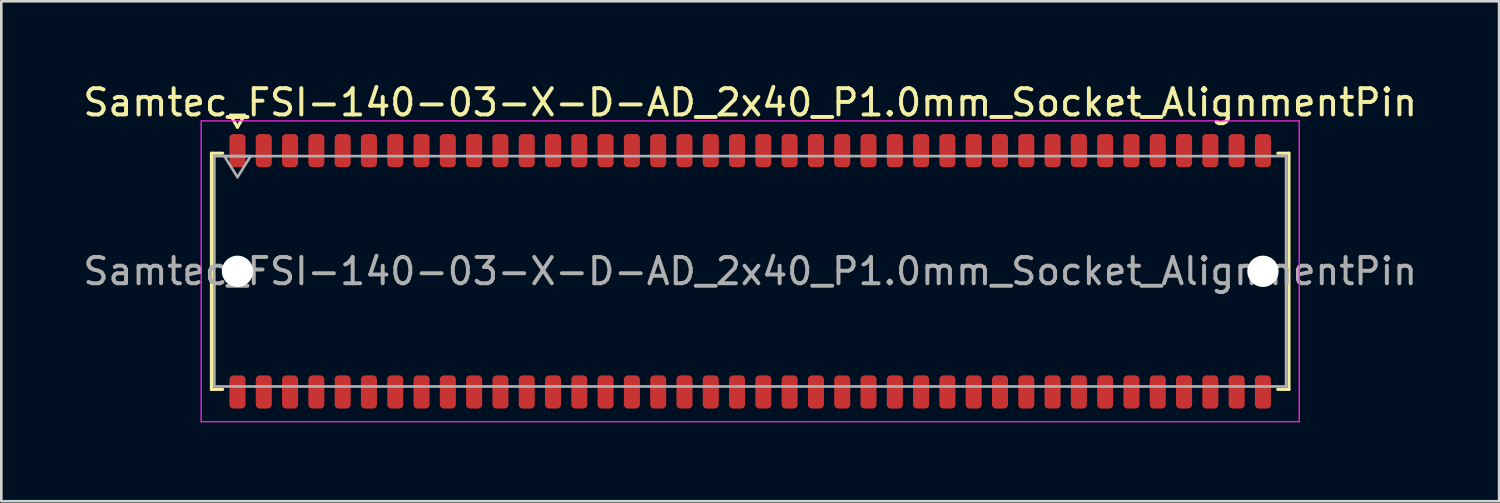
<source format=kicad_pcb>
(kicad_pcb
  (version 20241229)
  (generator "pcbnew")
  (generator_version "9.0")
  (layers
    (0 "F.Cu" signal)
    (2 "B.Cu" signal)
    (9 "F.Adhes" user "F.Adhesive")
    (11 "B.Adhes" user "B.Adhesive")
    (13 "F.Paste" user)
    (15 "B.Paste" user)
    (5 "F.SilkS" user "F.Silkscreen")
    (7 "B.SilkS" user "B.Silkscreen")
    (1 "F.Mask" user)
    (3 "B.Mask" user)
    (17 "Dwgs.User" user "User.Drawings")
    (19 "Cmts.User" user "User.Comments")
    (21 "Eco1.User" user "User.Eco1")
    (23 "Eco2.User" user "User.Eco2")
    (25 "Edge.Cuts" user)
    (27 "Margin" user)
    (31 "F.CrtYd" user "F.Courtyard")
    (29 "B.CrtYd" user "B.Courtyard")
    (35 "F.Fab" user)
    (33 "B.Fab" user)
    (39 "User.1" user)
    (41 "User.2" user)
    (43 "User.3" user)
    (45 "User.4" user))
  (footprint "Samtec_FSI-140-03-X-D-AD_2x40_P1.0mm_Socket_AlignmentPin"
    (layer "F.Cu")
    (at 25.482 7.268)
    (property "Reference" "Samtec_FSI-140-03-X-D-AD_2x40_P1.0mm_Socket_AlignmentPin" (at 0 -6.42 0) (layer "F.SilkS") (effects (font (size 1 1) (thickness 0.15))))
    (attr smd)
    (fp_line (start -20.49 -4.49) (end -20.065 -4.49) (stroke (width 0.12) (type solid)) (layer "F.SilkS"))
    (fp_line (start -20.49 4.49) (end -20.49 -4.49) (stroke (width 0.12) (type solid)) (layer "F.SilkS"))
    (fp_line (start -20.065 4.49) (end -20.49 4.49) (stroke (width 0.12) (type solid)) (layer "F.SilkS"))
    (fp_line (start -19.764 -5.938) (end -19.5 -5.48) (stroke (width 0.12) (type solid)) (layer "F.SilkS"))
    (fp_line (start -19.5 -5.48) (end -19.236 -5.938) (stroke (width 0.12) (type solid)) (layer "F.SilkS"))
    (fp_line (start -19.236 -5.938) (end -19.764 -5.938) (stroke (width 0.12) (type solid)) (layer "F.SilkS"))
    (fp_line (start 20.065 -4.49) (end 20.49 -4.49) (stroke (width 0.12) (type solid)) (layer "F.SilkS"))
    (fp_line (start 20.49 -4.49) (end 20.49 4.49) (stroke (width 0.12) (type solid)) (layer "F.SilkS"))
    (fp_line (start 20.49 4.49) (end 20.065 4.49) (stroke (width 0.12) (type solid)) (layer "F.SilkS"))
    (fp_line (start -20.88 -5.72) (end -20.88 5.72) (stroke (width 0.05) (type solid)) (layer "F.CrtYd"))
    (fp_line (start -20.88 5.72) (end 20.88 5.72) (stroke (width 0.05) (type solid)) (layer "F.CrtYd"))
    (fp_line (start 20.88 -5.72) (end -20.88 -5.72) (stroke (width 0.05) (type solid)) (layer "F.CrtYd"))
    (fp_line (start 20.88 5.72) (end 20.88 -5.72) (stroke (width 0.05) (type solid)) (layer "F.CrtYd"))
    (fp_line (start -20.38 -4.38) (end 20.38 -4.38) (stroke (width 0.1) (type solid)) (layer "F.Fab"))
    (fp_line (start -20.38 4.38) (end -20.38 -4.38) (stroke (width 0.1) (type solid)) (layer "F.Fab"))
    (fp_line (start -20 -4.38) (end -19.5 -3.58) (stroke (width 0.1) (type solid)) (layer "F.Fab"))
    (fp_line (start -19.5 -3.58) (end -19 -4.38) (stroke (width 0.1) (type solid)) (layer "F.Fab"))
    (fp_line (start -19 -4.38) (end -20 -4.38) (stroke (width 0.1) (type solid)) (layer "F.Fab"))
    (fp_line (start 20.38 -4.38) (end 20.38 4.38) (stroke (width 0.1) (type solid)) (layer "F.Fab"))
    (fp_line (start 20.38 4.38) (end -20.38 4.38) (stroke (width 0.1) (type solid)) (layer "F.Fab"))
    (fp_text user "${REFERENCE}" (at 0 0 0) (layer "F.Fab") (effects (font (size 1 1) (thickness 0.15))))
    (pad "" np_thru_hole circle (at -19.5 0) (size 1.19 1.19) (drill 1.19) (layers "*.Cu" "*.Mask"))
    (pad "" np_thru_hole circle (at 19.5 0) (size 1.19 1.19) (drill 1.19) (layers "*.Cu" "*.Mask"))
    (pad "1" smd roundrect (at -19.5 -4.59) (size 0.61 1.26) (layers "F.Cu" "F.Mask" "F.Paste") (roundrect_rratio 0.25))
    (pad "2" smd roundrect (at -19.5 4.59) (size 0.61 1.26) (layers "F.Cu" "F.Mask" "F.Paste") (roundrect_rratio 0.25))
    (pad "3" smd roundrect (at -18.5 -4.59) (size 0.61 1.26) (layers "F.Cu" "F.Mask" "F.Paste") (roundrect_rratio 0.25))
    (pad "4" smd roundrect (at -18.5 4.59) (size 0.61 1.26) (layers "F.Cu" "F.Mask" "F.Paste") (roundrect_rratio 0.25))
    (pad "5" smd roundrect (at -17.5 -4.59) (size 0.61 1.26) (layers "F.Cu" "F.Mask" "F.Paste") (roundrect_rratio 0.25))
    (pad "6" smd roundrect (at -17.5 4.59) (size 0.61 1.26) (layers "F.Cu" "F.Mask" "F.Paste") (roundrect_rratio 0.25))
    (pad "7" smd roundrect (at -16.5 -4.59) (size 0.61 1.26) (layers "F.Cu" "F.Mask" "F.Paste") (roundrect_rratio 0.25))
    (pad "8" smd roundrect (at -16.5 4.59) (size 0.61 1.26) (layers "F.Cu" "F.Mask" "F.Paste") (roundrect_rratio 0.25))
    (pad "9" smd roundrect (at -15.5 -4.59) (size 0.61 1.26) (layers "F.Cu" "F.Mask" "F.Paste") (roundrect_rratio 0.25))
    (pad "10" smd roundrect (at -15.5 4.59) (size 0.61 1.26) (layers "F.Cu" "F.Mask" "F.Paste") (roundrect_rratio 0.25))
    (pad "11" smd roundrect (at -14.5 -4.59) (size 0.61 1.26) (layers "F.Cu" "F.Mask" "F.Paste") (roundrect_rratio 0.25))
    (pad "12" smd roundrect (at -14.5 4.59) (size 0.61 1.26) (layers "F.Cu" "F.Mask" "F.Paste") (roundrect_rratio 0.25))
    (pad "13" smd roundrect (at -13.5 -4.59) (size 0.61 1.26) (layers "F.Cu" "F.Mask" "F.Paste") (roundrect_rratio 0.25))
    (pad "14" smd roundrect (at -13.5 4.59) (size 0.61 1.26) (layers "F.Cu" "F.Mask" "F.Paste") (roundrect_rratio 0.25))
    (pad "15" smd roundrect (at -12.5 -4.59) (size 0.61 1.26) (layers "F.Cu" "F.Mask" "F.Paste") (roundrect_rratio 0.25))
    (pad "16" smd roundrect (at -12.5 4.59) (size 0.61 1.26) (layers "F.Cu" "F.Mask" "F.Paste") (roundrect_rratio 0.25))
    (pad "17" smd roundrect (at -11.5 -4.59) (size 0.61 1.26) (layers "F.Cu" "F.Mask" "F.Paste") (roundrect_rratio 0.25))
    (pad "18" smd roundrect (at -11.5 4.59) (size 0.61 1.26) (layers "F.Cu" "F.Mask" "F.Paste") (roundrect_rratio 0.25))
    (pad "19" smd roundrect (at -10.5 -4.59) (size 0.61 1.26) (layers "F.Cu" "F.Mask" "F.Paste") (roundrect_rratio 0.25))
    (pad "20" smd roundrect (at -10.5 4.59) (size 0.61 1.26) (layers "F.Cu" "F.Mask" "F.Paste") (roundrect_rratio 0.25))
    (pad "21" smd roundrect (at -9.5 -4.59) (size 0.61 1.26) (layers "F.Cu" "F.Mask" "F.Paste") (roundrect_rratio 0.25))
    (pad "22" smd roundrect (at -9.5 4.59) (size 0.61 1.26) (layers "F.Cu" "F.Mask" "F.Paste") (roundrect_rratio 0.25))
    (pad "23" smd roundrect (at -8.5 -4.59) (size 0.61 1.26) (layers "F.Cu" "F.Mask" "F.Paste") (roundrect_rratio 0.25))
    (pad "24" smd roundrect (at -8.5 4.59) (size 0.61 1.26) (layers "F.Cu" "F.Mask" "F.Paste") (roundrect_rratio 0.25))
    (pad "25" smd roundrect (at -7.5 -4.59) (size 0.61 1.26) (layers "F.Cu" "F.Mask" "F.Paste") (roundrect_rratio 0.25))
    (pad "26" smd roundrect (at -7.5 4.59) (size 0.61 1.26) (layers "F.Cu" "F.Mask" "F.Paste") (roundrect_rratio 0.25))
    (pad "27" smd roundrect (at -6.5 -4.59) (size 0.61 1.26) (layers "F.Cu" "F.Mask" "F.Paste") (roundrect_rratio 0.25))
    (pad "28" smd roundrect (at -6.5 4.59) (size 0.61 1.26) (layers "F.Cu" "F.Mask" "F.Paste") (roundrect_rratio 0.25))
    (pad "29" smd roundrect (at -5.5 -4.59) (size 0.61 1.26) (layers "F.Cu" "F.Mask" "F.Paste") (roundrect_rratio 0.25))
    (pad "30" smd roundrect (at -5.5 4.59) (size 0.61 1.26) (layers "F.Cu" "F.Mask" "F.Paste") (roundrect_rratio 0.25))
    (pad "31" smd roundrect (at -4.5 -4.59) (size 0.61 1.26) (layers "F.Cu" "F.Mask" "F.Paste") (roundrect_rratio 0.25))
    (pad "32" smd roundrect (at -4.5 4.59) (size 0.61 1.26) (layers "F.Cu" "F.Mask" "F.Paste") (roundrect_rratio 0.25))
    (pad "33" smd roundrect (at -3.5 -4.59) (size 0.61 1.26) (layers "F.Cu" "F.Mask" "F.Paste") (roundrect_rratio 0.25))
    (pad "34" smd roundrect (at -3.5 4.59) (size 0.61 1.26) (layers "F.Cu" "F.Mask" "F.Paste") (roundrect_rratio 0.25))
    (pad "35" smd roundrect (at -2.5 -4.59) (size 0.61 1.26) (layers "F.Cu" "F.Mask" "F.Paste") (roundrect_rratio 0.25))
    (pad "36" smd roundrect (at -2.5 4.59) (size 0.61 1.26) (layers "F.Cu" "F.Mask" "F.Paste") (roundrect_rratio 0.25))
    (pad "37" smd roundrect (at -1.5 -4.59) (size 0.61 1.26) (layers "F.Cu" "F.Mask" "F.Paste") (roundrect_rratio 0.25))
    (pad "38" smd roundrect (at -1.5 4.59) (size 0.61 1.26) (layers "F.Cu" "F.Mask" "F.Paste") (roundrect_rratio 0.25))
    (pad "39" smd roundrect (at -0.5 -4.59) (size 0.61 1.26) (layers "F.Cu" "F.Mask" "F.Paste") (roundrect_rratio 0.25))
    (pad "40" smd roundrect (at -0.5 4.59) (size 0.61 1.26) (layers "F.Cu" "F.Mask" "F.Paste") (roundrect_rratio 0.25))
    (pad "41" smd roundrect (at 0.5 -4.59) (size 0.61 1.26) (layers "F.Cu" "F.Mask" "F.Paste") (roundrect_rratio 0.25))
    (pad "42" smd roundrect (at 0.5 4.59) (size 0.61 1.26) (layers "F.Cu" "F.Mask" "F.Paste") (roundrect_rratio 0.25))
    (pad "43" smd roundrect (at 1.5 -4.59) (size 0.61 1.26) (layers "F.Cu" "F.Mask" "F.Paste") (roundrect_rratio 0.25))
    (pad "44" smd roundrect (at 1.5 4.59) (size 0.61 1.26) (layers "F.Cu" "F.Mask" "F.Paste") (roundrect_rratio 0.25))
    (pad "45" smd roundrect (at 2.5 -4.59) (size 0.61 1.26) (layers "F.Cu" "F.Mask" "F.Paste") (roundrect_rratio 0.25))
    (pad "46" smd roundrect (at 2.5 4.59) (size 0.61 1.26) (layers "F.Cu" "F.Mask" "F.Paste") (roundrect_rratio 0.25))
    (pad "47" smd roundrect (at 3.5 -4.59) (size 0.61 1.26) (layers "F.Cu" "F.Mask" "F.Paste") (roundrect_rratio 0.25))
    (pad "48" smd roundrect (at 3.5 4.59) (size 0.61 1.26) (layers "F.Cu" "F.Mask" "F.Paste") (roundrect_rratio 0.25))
    (pad "49" smd roundrect (at 4.5 -4.59) (size 0.61 1.26) (layers "F.Cu" "F.Mask" "F.Paste") (roundrect_rratio 0.25))
    (pad "50" smd roundrect (at 4.5 4.59) (size 0.61 1.26) (layers "F.Cu" "F.Mask" "F.Paste") (roundrect_rratio 0.25))
    (pad "51" smd roundrect (at 5.5 -4.59) (size 0.61 1.26) (layers "F.Cu" "F.Mask" "F.Paste") (roundrect_rratio 0.25))
    (pad "52" smd roundrect (at 5.5 4.59) (size 0.61 1.26) (layers "F.Cu" "F.Mask" "F.Paste") (roundrect_rratio 0.25))
    (pad "53" smd roundrect (at 6.5 -4.59) (size 0.61 1.26) (layers "F.Cu" "F.Mask" "F.Paste") (roundrect_rratio 0.25))
    (pad "54" smd roundrect (at 6.5 4.59) (size 0.61 1.26) (layers "F.Cu" "F.Mask" "F.Paste") (roundrect_rratio 0.25))
    (pad "55" smd roundrect (at 7.5 -4.59) (size 0.61 1.26) (layers "F.Cu" "F.Mask" "F.Paste") (roundrect_rratio 0.25))
    (pad "56" smd roundrect (at 7.5 4.59) (size 0.61 1.26) (layers "F.Cu" "F.Mask" "F.Paste") (roundrect_rratio 0.25))
    (pad "57" smd roundrect (at 8.5 -4.59) (size 0.61 1.26) (layers "F.Cu" "F.Mask" "F.Paste") (roundrect_rratio 0.25))
    (pad "58" smd roundrect (at 8.5 4.59) (size 0.61 1.26) (layers "F.Cu" "F.Mask" "F.Paste") (roundrect_rratio 0.25))
    (pad "59" smd roundrect (at 9.5 -4.59) (size 0.61 1.26) (layers "F.Cu" "F.Mask" "F.Paste") (roundrect_rratio 0.25))
    (pad "60" smd roundrect (at 9.5 4.59) (size 0.61 1.26) (layers "F.Cu" "F.Mask" "F.Paste") (roundrect_rratio 0.25))
    (pad "61" smd roundrect (at 10.5 -4.59) (size 0.61 1.26) (layers "F.Cu" "F.Mask" "F.Paste") (roundrect_rratio 0.25))
    (pad "62" smd roundrect (at 10.5 4.59) (size 0.61 1.26) (layers "F.Cu" "F.Mask" "F.Paste") (roundrect_rratio 0.25))
    (pad "63" smd roundrect (at 11.5 -4.59) (size 0.61 1.26) (layers "F.Cu" "F.Mask" "F.Paste") (roundrect_rratio 0.25))
    (pad "64" smd roundrect (at 11.5 4.59) (size 0.61 1.26) (layers "F.Cu" "F.Mask" "F.Paste") (roundrect_rratio 0.25))
    (pad "65" smd roundrect (at 12.5 -4.59) (size 0.61 1.26) (layers "F.Cu" "F.Mask" "F.Paste") (roundrect_rratio 0.25))
    (pad "66" smd roundrect (at 12.5 4.59) (size 0.61 1.26) (layers "F.Cu" "F.Mask" "F.Paste") (roundrect_rratio 0.25))
    (pad "67" smd roundrect (at 13.5 -4.59) (size 0.61 1.26) (layers "F.Cu" "F.Mask" "F.Paste") (roundrect_rratio 0.25))
    (pad "68" smd roundrect (at 13.5 4.59) (size 0.61 1.26) (layers "F.Cu" "F.Mask" "F.Paste") (roundrect_rratio 0.25))
    (pad "69" smd roundrect (at 14.5 -4.59) (size 0.61 1.26) (layers "F.Cu" "F.Mask" "F.Paste") (roundrect_rratio 0.25))
    (pad "70" smd roundrect (at 14.5 4.59) (size 0.61 1.26) (layers "F.Cu" "F.Mask" "F.Paste") (roundrect_rratio 0.25))
    (pad "71" smd roundrect (at 15.5 -4.59) (size 0.61 1.26) (layers "F.Cu" "F.Mask" "F.Paste") (roundrect_rratio 0.25))
    (pad "72" smd roundrect (at 15.5 4.59) (size 0.61 1.26) (layers "F.Cu" "F.Mask" "F.Paste") (roundrect_rratio 0.25))
    (pad "73" smd roundrect (at 16.5 -4.59) (size 0.61 1.26) (layers "F.Cu" "F.Mask" "F.Paste") (roundrect_rratio 0.25))
    (pad "74" smd roundrect (at 16.5 4.59) (size 0.61 1.26) (layers "F.Cu" "F.Mask" "F.Paste") (roundrect_rratio 0.25))
    (pad "75" smd roundrect (at 17.5 -4.59) (size 0.61 1.26) (layers "F.Cu" "F.Mask" "F.Paste") (roundrect_rratio 0.25))
    (pad "76" smd roundrect (at 17.5 4.59) (size 0.61 1.26) (layers "F.Cu" "F.Mask" "F.Paste") (roundrect_rratio 0.25))
    (pad "77" smd roundrect (at 18.5 -4.59) (size 0.61 1.26) (layers "F.Cu" "F.Mask" "F.Paste") (roundrect_rratio 0.25))
    (pad "78" smd roundrect (at 18.5 4.59) (size 0.61 1.26) (layers "F.Cu" "F.Mask" "F.Paste") (roundrect_rratio 0.25))
    (pad "79" smd roundrect (at 19.5 -4.59) (size 0.61 1.26) (layers "F.Cu" "F.Mask" "F.Paste") (roundrect_rratio 0.25))
    (pad "80" smd roundrect (at 19.5 4.59) (size 0.61 1.26) (layers "F.Cu" "F.Mask" "F.Paste") (roundrect_rratio 0.25)))
  (gr_rect
    (start -3 -3)
    (end 53.964 16.013)
    (stroke (width 0.1) (type default))
    (fill no)
    (layer "Edge.Cuts")))
</source>
